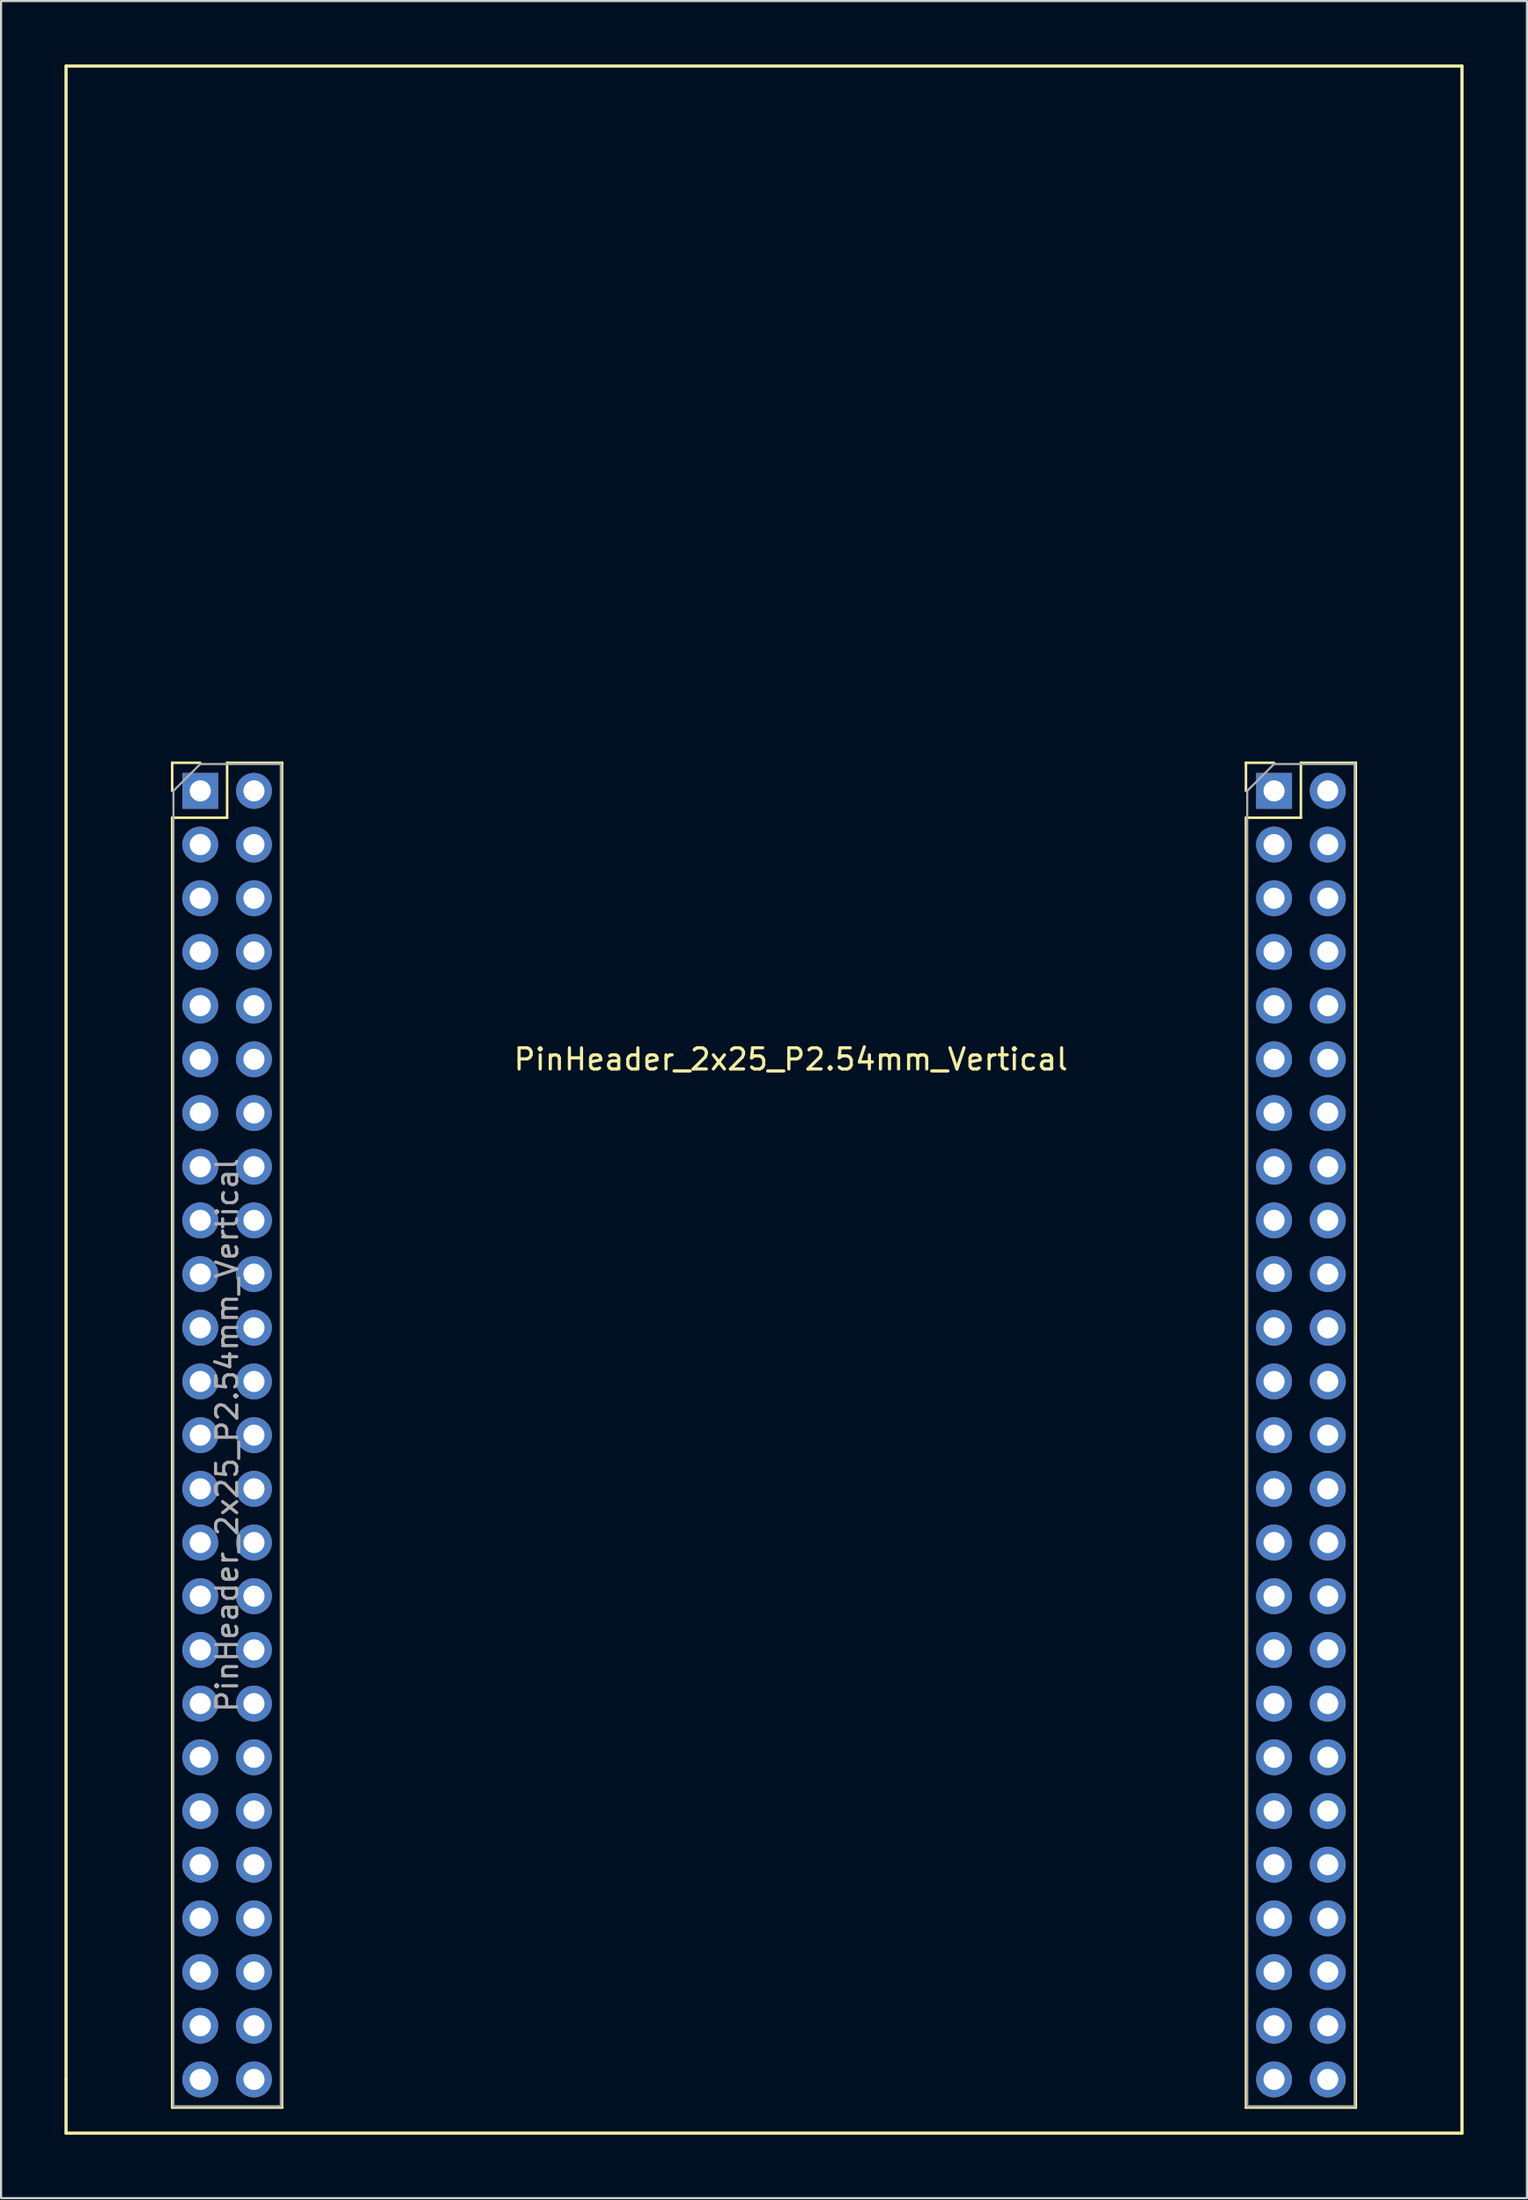
<source format=kicad_pcb>
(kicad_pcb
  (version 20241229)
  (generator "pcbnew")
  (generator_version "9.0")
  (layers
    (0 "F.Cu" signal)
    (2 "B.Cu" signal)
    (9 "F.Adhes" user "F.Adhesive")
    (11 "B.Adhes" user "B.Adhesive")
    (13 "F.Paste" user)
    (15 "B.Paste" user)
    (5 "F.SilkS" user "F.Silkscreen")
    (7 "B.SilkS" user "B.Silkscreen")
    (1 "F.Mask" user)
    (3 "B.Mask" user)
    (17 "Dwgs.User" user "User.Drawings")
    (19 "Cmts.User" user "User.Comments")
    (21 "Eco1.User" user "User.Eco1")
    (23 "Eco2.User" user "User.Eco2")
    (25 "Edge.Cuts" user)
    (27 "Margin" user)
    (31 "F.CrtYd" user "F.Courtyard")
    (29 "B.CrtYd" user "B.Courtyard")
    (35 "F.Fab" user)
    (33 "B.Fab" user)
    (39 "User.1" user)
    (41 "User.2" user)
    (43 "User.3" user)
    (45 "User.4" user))
  (footprint "PinHeader_2x25_P2.54mm_Vertical"
    (layer "F.Cu")
    (at 6.425 34.365)
    (property "Reference" "PinHeader_2x25_P2.54mm_Vertical" (at 27.94 12.7 0) (layer "F.SilkS") (effects (font (size 1 1) (thickness 0.15))))
    (attr through_hole)
    (fp_line (start -6.35 -34.29) (end 59.69 -34.29) (stroke (width 0.15) (type solid)) (layer "F.SilkS"))
    (fp_line (start -6.35 60.96) (end -6.35 -34.29) (stroke (width 0.15) (type solid)) (layer "F.SilkS"))
    (fp_line (start -6.35 60.96) (end -6.35 63.5) (stroke (width 0.15) (type solid)) (layer "F.SilkS"))
    (fp_line (start -1.33 -1.33) (end 0 -1.33) (stroke (width 0.12) (type solid)) (layer "F.SilkS"))
    (fp_line (start -1.33 0) (end -1.33 -1.33) (stroke (width 0.12) (type solid)) (layer "F.SilkS"))
    (fp_line (start -1.33 1.27) (end -1.33 62.29) (stroke (width 0.12) (type solid)) (layer "F.SilkS"))
    (fp_line (start -1.33 1.27) (end 1.27 1.27) (stroke (width 0.12) (type solid)) (layer "F.SilkS"))
    (fp_line (start -1.33 62.29) (end 3.87 62.29) (stroke (width 0.12) (type solid)) (layer "F.SilkS"))
    (fp_line (start 1.27 -1.33) (end 3.87 -1.33) (stroke (width 0.12) (type solid)) (layer "F.SilkS"))
    (fp_line (start 1.27 1.27) (end 1.27 -1.33) (stroke (width 0.12) (type solid)) (layer "F.SilkS"))
    (fp_line (start 3.87 -1.33) (end 3.87 62.29) (stroke (width 0.12) (type solid)) (layer "F.SilkS"))
    (fp_line (start 49.47 -1.33) (end 50.8 -1.33) (stroke (width 0.12) (type solid)) (layer "F.SilkS"))
    (fp_line (start 49.47 0) (end 49.47 -1.33) (stroke (width 0.12) (type solid)) (layer "F.SilkS"))
    (fp_line (start 49.47 1.27) (end 49.47 62.29) (stroke (width 0.12) (type solid)) (layer "F.SilkS"))
    (fp_line (start 49.47 1.27) (end 52.07 1.27) (stroke (width 0.12) (type solid)) (layer "F.SilkS"))
    (fp_line (start 49.47 62.29) (end 54.67 62.29) (stroke (width 0.12) (type solid)) (layer "F.SilkS"))
    (fp_line (start 52.07 -1.33) (end 54.67 -1.33) (stroke (width 0.12) (type solid)) (layer "F.SilkS"))
    (fp_line (start 52.07 1.27) (end 52.07 -1.33) (stroke (width 0.12) (type solid)) (layer "F.SilkS"))
    (fp_line (start 54.67 -1.33) (end 54.67 62.29) (stroke (width 0.12) (type solid)) (layer "F.SilkS"))
    (fp_line (start 59.69 -34.29) (end 59.69 63.5) (stroke (width 0.15) (type solid)) (layer "F.SilkS"))
    (fp_line (start 59.69 63.5) (end -6.35 63.5) (stroke (width 0.15) (type solid)) (layer "F.SilkS"))
    (fp_line (start -1.27 0) (end 0 -1.27) (stroke (width 0.1) (type solid)) (layer "F.Fab"))
    (fp_line (start -1.27 62.23) (end -1.27 0) (stroke (width 0.1) (type solid)) (layer "F.Fab"))
    (fp_line (start 0 -1.27) (end 3.81 -1.27) (stroke (width 0.1) (type solid)) (layer "F.Fab"))
    (fp_line (start 3.81 -1.27) (end 3.81 62.23) (stroke (width 0.1) (type solid)) (layer "F.Fab"))
    (fp_line (start 3.81 62.23) (end -1.27 62.23) (stroke (width 0.1) (type solid)) (layer "F.Fab"))
    (fp_line (start 49.53 0) (end 50.8 -1.27) (stroke (width 0.1) (type solid)) (layer "F.Fab"))
    (fp_line (start 49.53 62.23) (end 49.53 0) (stroke (width 0.1) (type solid)) (layer "F.Fab"))
    (fp_line (start 50.8 -1.27) (end 54.61 -1.27) (stroke (width 0.1) (type solid)) (layer "F.Fab"))
    (fp_line (start 54.61 -1.27) (end 54.61 62.23) (stroke (width 0.1) (type solid)) (layer "F.Fab"))
    (fp_line (start 54.61 62.23) (end 49.53 62.23) (stroke (width 0.1) (type solid)) (layer "F.Fab"))
    (fp_text user "${REFERENCE}" (at 1.27 30.48 90) (layer "F.Fab") (effects (font (size 1 1) (thickness 0.15))))
    (pad "1" thru_hole rect (at 0 0) (size 1.7 1.7) (drill 1) (layers "*.Cu" "*.Mask"))
    (pad "2" thru_hole oval (at 0 2.54) (size 1.7 1.7) (drill 1) (layers "*.Cu" "*.Mask"))
    (pad "3" thru_hole oval (at 0 5.08) (size 1.7 1.7) (drill 1) (layers "*.Cu" "*.Mask"))
    (pad "4" thru_hole oval (at 0 7.62) (size 1.7 1.7) (drill 1) (layers "*.Cu" "*.Mask"))
    (pad "5" thru_hole oval (at 0 10.16) (size 1.7 1.7) (drill 1) (layers "*.Cu" "*.Mask"))
    (pad "6" thru_hole oval (at 0 12.7) (size 1.7 1.7) (drill 1) (layers "*.Cu" "*.Mask"))
    (pad "7" thru_hole oval (at 0 15.24) (size 1.7 1.7) (drill 1) (layers "*.Cu" "*.Mask"))
    (pad "8" thru_hole oval (at 0 17.78) (size 1.7 1.7) (drill 1) (layers "*.Cu" "*.Mask"))
    (pad "9" thru_hole oval (at 0 20.32) (size 1.7 1.7) (drill 1) (layers "*.Cu" "*.Mask"))
    (pad "10" thru_hole oval (at 0 22.86) (size 1.7 1.7) (drill 1) (layers "*.Cu" "*.Mask"))
    (pad "11" thru_hole oval (at 0 25.4) (size 1.7 1.7) (drill 1) (layers "*.Cu" "*.Mask"))
    (pad "12" thru_hole oval (at 0 27.94) (size 1.7 1.7) (drill 1) (layers "*.Cu" "*.Mask"))
    (pad "13" thru_hole oval (at 0 30.48) (size 1.7 1.7) (drill 1) (layers "*.Cu" "*.Mask"))
    (pad "14" thru_hole oval (at 0 33.02) (size 1.7 1.7) (drill 1) (layers "*.Cu" "*.Mask"))
    (pad "15" thru_hole oval (at 0 35.56) (size 1.7 1.7) (drill 1) (layers "*.Cu" "*.Mask"))
    (pad "16" thru_hole oval (at 0 38.1) (size 1.7 1.7) (drill 1) (layers "*.Cu" "*.Mask"))
    (pad "17" thru_hole oval (at 0 40.64) (size 1.7 1.7) (drill 1) (layers "*.Cu" "*.Mask"))
    (pad "18" thru_hole oval (at 0 43.18) (size 1.7 1.7) (drill 1) (layers "*.Cu" "*.Mask"))
    (pad "19" thru_hole oval (at 0 45.72) (size 1.7 1.7) (drill 1) (layers "*.Cu" "*.Mask"))
    (pad "20" thru_hole oval (at 0 48.26) (size 1.7 1.7) (drill 1) (layers "*.Cu" "*.Mask"))
    (pad "21" thru_hole oval (at 0 50.8) (size 1.7 1.7) (drill 1) (layers "*.Cu" "*.Mask"))
    (pad "22" thru_hole oval (at 0 53.34) (size 1.7 1.7) (drill 1) (layers "*.Cu" "*.Mask"))
    (pad "23" thru_hole oval (at 0 55.88) (size 1.7 1.7) (drill 1) (layers "*.Cu" "*.Mask"))
    (pad "24" thru_hole oval (at 0 58.42) (size 1.7 1.7) (drill 1) (layers "*.Cu" "*.Mask"))
    (pad "25" thru_hole oval (at 0 60.96) (size 1.7 1.7) (drill 1) (layers "*.Cu" "*.Mask"))
    (pad "26" thru_hole oval (at 2.54 60.96) (size 1.7 1.7) (drill 1) (layers "*.Cu" "*.Mask"))
    (pad "27" thru_hole oval (at 2.54 58.42) (size 1.7 1.7) (drill 1) (layers "*.Cu" "*.Mask"))
    (pad "28" thru_hole oval (at 2.54 55.88) (size 1.7 1.7) (drill 1) (layers "*.Cu" "*.Mask"))
    (pad "29" thru_hole oval (at 2.54 53.34) (size 1.7 1.7) (drill 1) (layers "*.Cu" "*.Mask"))
    (pad "30" thru_hole oval (at 2.54 50.8) (size 1.7 1.7) (drill 1) (layers "*.Cu" "*.Mask"))
    (pad "31" thru_hole oval (at 2.54 48.26) (size 1.7 1.7) (drill 1) (layers "*.Cu" "*.Mask"))
    (pad "32" thru_hole oval (at 2.54 45.72) (size 1.7 1.7) (drill 1) (layers "*.Cu" "*.Mask"))
    (pad "33" thru_hole oval (at 2.54 43.18) (size 1.7 1.7) (drill 1) (layers "*.Cu" "*.Mask"))
    (pad "34" thru_hole oval (at 2.54 40.64) (size 1.7 1.7) (drill 1) (layers "*.Cu" "*.Mask"))
    (pad "35" thru_hole oval (at 2.54 38.1) (size 1.7 1.7) (drill 1) (layers "*.Cu" "*.Mask"))
    (pad "36" thru_hole oval (at 2.54 35.56) (size 1.7 1.7) (drill 1) (layers "*.Cu" "*.Mask"))
    (pad "37" thru_hole oval (at 2.54 33.02) (size 1.7 1.7) (drill 1) (layers "*.Cu" "*.Mask"))
    (pad "38" thru_hole oval (at 2.54 30.48) (size 1.7 1.7) (drill 1) (layers "*.Cu" "*.Mask"))
    (pad "39" thru_hole oval (at 2.54 27.94) (size 1.7 1.7) (drill 1) (layers "*.Cu" "*.Mask"))
    (pad "40" thru_hole oval (at 2.54 25.4) (size 1.7 1.7) (drill 1) (layers "*.Cu" "*.Mask"))
    (pad "41" thru_hole oval (at 2.54 22.86) (size 1.7 1.7) (drill 1) (layers "*.Cu" "*.Mask"))
    (pad "42" thru_hole oval (at 2.54 20.32) (size 1.7 1.7) (drill 1) (layers "*.Cu" "*.Mask"))
    (pad "43" thru_hole oval (at 2.54 17.78) (size 1.7 1.7) (drill 1) (layers "*.Cu" "*.Mask"))
    (pad "44" thru_hole oval (at 2.54 15.24) (size 1.7 1.7) (drill 1) (layers "*.Cu" "*.Mask"))
    (pad "45" thru_hole oval (at 2.54 12.7) (size 1.7 1.7) (drill 1) (layers "*.Cu" "*.Mask"))
    (pad "46" thru_hole oval (at 2.54 10.16) (size 1.7 1.7) (drill 1) (layers "*.Cu" "*.Mask"))
    (pad "47" thru_hole oval (at 2.54 7.62) (size 1.7 1.7) (drill 1) (layers "*.Cu" "*.Mask"))
    (pad "48" thru_hole oval (at 2.54 5.08) (size 1.7 1.7) (drill 1) (layers "*.Cu" "*.Mask"))
    (pad "49" thru_hole oval (at 2.54 2.54) (size 1.7 1.7) (drill 1) (layers "*.Cu" "*.Mask"))
    (pad "50" thru_hole oval (at 2.54 0) (size 1.7 1.7) (drill 1) (layers "*.Cu" "*.Mask"))
    (pad "51" thru_hole rect (at 50.8 0) (size 1.7 1.7) (drill 1) (layers "*.Cu" "*.Mask"))
    (pad "52" thru_hole oval (at 50.8 2.54) (size 1.7 1.7) (drill 1) (layers "*.Cu" "*.Mask"))
    (pad "53" thru_hole oval (at 50.8 5.08) (size 1.7 1.7) (drill 1) (layers "*.Cu" "*.Mask"))
    (pad "54" thru_hole oval (at 50.8 7.62) (size 1.7 1.7) (drill 1) (layers "*.Cu" "*.Mask"))
    (pad "55" thru_hole oval (at 50.8 10.16) (size 1.7 1.7) (drill 1) (layers "*.Cu" "*.Mask"))
    (pad "56" thru_hole oval (at 50.8 12.7) (size 1.7 1.7) (drill 1) (layers "*.Cu" "*.Mask"))
    (pad "57" thru_hole oval (at 50.8 15.24) (size 1.7 1.7) (drill 1) (layers "*.Cu" "*.Mask"))
    (pad "58" thru_hole oval (at 50.8 17.78) (size 1.7 1.7) (drill 1) (layers "*.Cu" "*.Mask"))
    (pad "59" thru_hole oval (at 50.8 20.32) (size 1.7 1.7) (drill 1) (layers "*.Cu" "*.Mask"))
    (pad "60" thru_hole oval (at 50.8 22.86) (size 1.7 1.7) (drill 1) (layers "*.Cu" "*.Mask"))
    (pad "61" thru_hole oval (at 50.8 25.4) (size 1.7 1.7) (drill 1) (layers "*.Cu" "*.Mask"))
    (pad "62" thru_hole oval (at 50.8 27.94) (size 1.7 1.7) (drill 1) (layers "*.Cu" "*.Mask"))
    (pad "63" thru_hole oval (at 50.8 30.48) (size 1.7 1.7) (drill 1) (layers "*.Cu" "*.Mask"))
    (pad "64" thru_hole oval (at 50.8 33.02) (size 1.7 1.7) (drill 1) (layers "*.Cu" "*.Mask"))
    (pad "65" thru_hole oval (at 50.8 35.56) (size 1.7 1.7) (drill 1) (layers "*.Cu" "*.Mask"))
    (pad "66" thru_hole oval (at 50.8 38.1) (size 1.7 1.7) (drill 1) (layers "*.Cu" "*.Mask"))
    (pad "67" thru_hole oval (at 50.8 40.64) (size 1.7 1.7) (drill 1) (layers "*.Cu" "*.Mask"))
    (pad "68" thru_hole oval (at 50.8 43.18) (size 1.7 1.7) (drill 1) (layers "*.Cu" "*.Mask"))
    (pad "69" thru_hole oval (at 50.8 45.72) (size 1.7 1.7) (drill 1) (layers "*.Cu" "*.Mask"))
    (pad "70" thru_hole oval (at 50.8 48.26) (size 1.7 1.7) (drill 1) (layers "*.Cu" "*.Mask"))
    (pad "71" thru_hole oval (at 50.8 50.8) (size 1.7 1.7) (drill 1) (layers "*.Cu" "*.Mask"))
    (pad "72" thru_hole oval (at 50.8 53.34) (size 1.7 1.7) (drill 1) (layers "*.Cu" "*.Mask"))
    (pad "73" thru_hole oval (at 50.8 55.88) (size 1.7 1.7) (drill 1) (layers "*.Cu" "*.Mask"))
    (pad "74" thru_hole oval (at 50.8 58.42) (size 1.7 1.7) (drill 1) (layers "*.Cu" "*.Mask"))
    (pad "75" thru_hole oval (at 50.8 60.96) (size 1.7 1.7) (drill 1) (layers "*.Cu" "*.Mask"))
    (pad "76" thru_hole oval (at 53.34 60.96) (size 1.7 1.7) (drill 1) (layers "*.Cu" "*.Mask"))
    (pad "77" thru_hole oval (at 53.34 58.42) (size 1.7 1.7) (drill 1) (layers "*.Cu" "*.Mask"))
    (pad "78" thru_hole oval (at 53.34 55.88) (size 1.7 1.7) (drill 1) (layers "*.Cu" "*.Mask"))
    (pad "79" thru_hole oval (at 53.34 53.34) (size 1.7 1.7) (drill 1) (layers "*.Cu" "*.Mask"))
    (pad "80" thru_hole oval (at 53.34 50.8) (size 1.7 1.7) (drill 1) (layers "*.Cu" "*.Mask"))
    (pad "81" thru_hole oval (at 53.34 48.26) (size 1.7 1.7) (drill 1) (layers "*.Cu" "*.Mask"))
    (pad "82" thru_hole oval (at 53.34 45.72) (size 1.7 1.7) (drill 1) (layers "*.Cu" "*.Mask"))
    (pad "83" thru_hole oval (at 53.34 43.18) (size 1.7 1.7) (drill 1) (layers "*.Cu" "*.Mask"))
    (pad "84" thru_hole oval (at 53.34 40.64) (size 1.7 1.7) (drill 1) (layers "*.Cu" "*.Mask"))
    (pad "85" thru_hole oval (at 53.34 38.1) (size 1.7 1.7) (drill 1) (layers "*.Cu" "*.Mask"))
    (pad "86" thru_hole oval (at 53.34 35.56) (size 1.7 1.7) (drill 1) (layers "*.Cu" "*.Mask"))
    (pad "87" thru_hole oval (at 53.34 33.02) (size 1.7 1.7) (drill 1) (layers "*.Cu" "*.Mask"))
    (pad "88" thru_hole oval (at 53.34 30.48) (size 1.7 1.7) (drill 1) (layers "*.Cu" "*.Mask"))
    (pad "89" thru_hole oval (at 53.34 27.94) (size 1.7 1.7) (drill 1) (layers "*.Cu" "*.Mask"))
    (pad "90" thru_hole oval (at 53.34 25.4) (size 1.7 1.7) (drill 1) (layers "*.Cu" "*.Mask"))
    (pad "91" thru_hole oval (at 53.34 22.86) (size 1.7 1.7) (drill 1) (layers "*.Cu" "*.Mask"))
    (pad "92" thru_hole oval (at 53.34 20.32) (size 1.7 1.7) (drill 1) (layers "*.Cu" "*.Mask"))
    (pad "93" thru_hole oval (at 53.34 17.78) (size 1.7 1.7) (drill 1) (layers "*.Cu" "*.Mask"))
    (pad "94" thru_hole oval (at 53.34 15.24) (size 1.7 1.7) (drill 1) (layers "*.Cu" "*.Mask"))
    (pad "95" thru_hole oval (at 53.34 12.7) (size 1.7 1.7) (drill 1) (layers "*.Cu" "*.Mask"))
    (pad "96" thru_hole oval (at 53.34 10.16) (size 1.7 1.7) (drill 1) (layers "*.Cu" "*.Mask"))
    (pad "97" thru_hole oval (at 53.34 7.62) (size 1.7 1.7) (drill 1) (layers "*.Cu" "*.Mask"))
    (pad "98" thru_hole oval (at 53.34 5.08) (size 1.7 1.7) (drill 1) (layers "*.Cu" "*.Mask"))
    (pad "99" thru_hole oval (at 53.34 2.54) (size 1.7 1.7) (drill 1) (layers "*.Cu" "*.Mask"))
    (pad "100" thru_hole oval (at 53.34 0) (size 1.7 1.7) (drill 1) (layers "*.Cu" "*.Mask")))
  (gr_rect
    (start -3 -3)
    (end 69.19 100.94)
    (stroke (width 0.1) (type default))
    (fill no)
    (layer "Edge.Cuts")))
</source>
